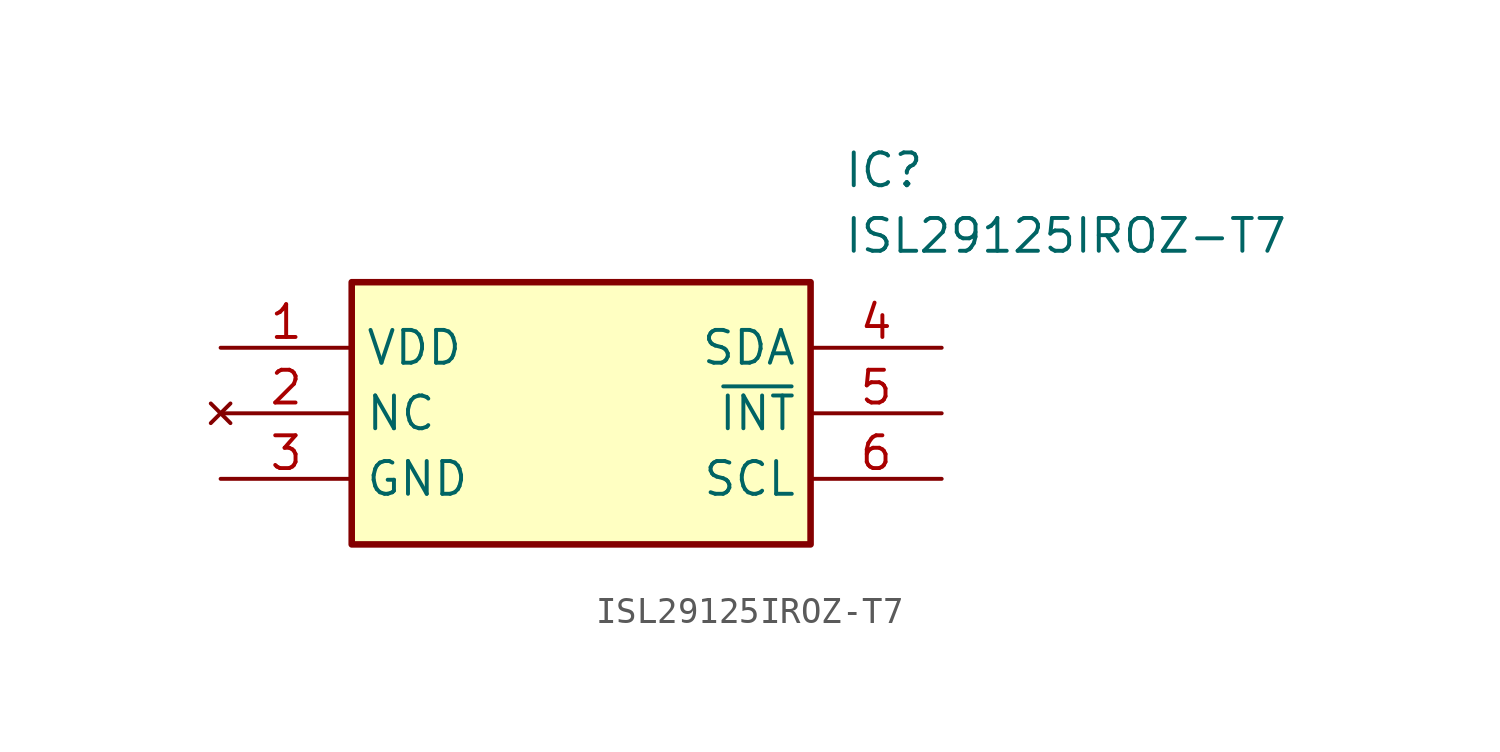
<source format=kicad_sym>
(kicad_symbol_lib
  (version 20211014)
  (generator SamacSys_ECAD_Model)
  (symbol "ISL29125IROZ-T7"
    (property "Reference" "IC"
      (at 24.13 7.62 0)
      (effects (font (size 1.27 1.27)) (justify left top)))
    (property "Value" "ISL29125IROZ-T7"
      (at 24.13 5.08 0)
      (effects (font (size 1.27 1.27)) (justify left top)))
    (rectangle
      (start 5.08 2.54)
      (end 22.86 -7.62)
      (stroke (width 0.254) (type default))
      (fill (type background)))
    (pin passive line
      (at 0 0 0)
      (length 5.08)
      (name "VDD" (effects (font (size 1.27 1.27))))
      (number "1" (effects (font (size 1.27 1.27)))))
    (pin no_connect line
      (at 0 -2.54 0)
      (length 5.08)
      (name "NC" (effects (font (size 1.27 1.27))))
      (number "2" (effects (font (size 1.27 1.27)))))
    (pin passive line
      (at 0 -5.08 0)
      (length 5.08)
      (name "GND" (effects (font (size 1.27 1.27))))
      (number "3" (effects (font (size 1.27 1.27)))))
    (pin passive line
      (at 27.94 0 180)
      (length 5.08)
      (name "SDA" (effects (font (size 1.27 1.27))))
      (number "4" (effects (font (size 1.27 1.27)))))
    (pin passive line
      (at 27.94 -2.54 180)
      (length 5.08)
      (name "~{INT}" (effects (font (size 1.27 1.27))))
      (number "5" (effects (font (size 1.27 1.27)))))
    (pin passive line
      (at 27.94 -5.08 180)
      (length 5.08)
      (name "SCL" (effects (font (size 1.27 1.27))))
      (number "6" (effects (font (size 1.27 1.27)))))))
</source>
